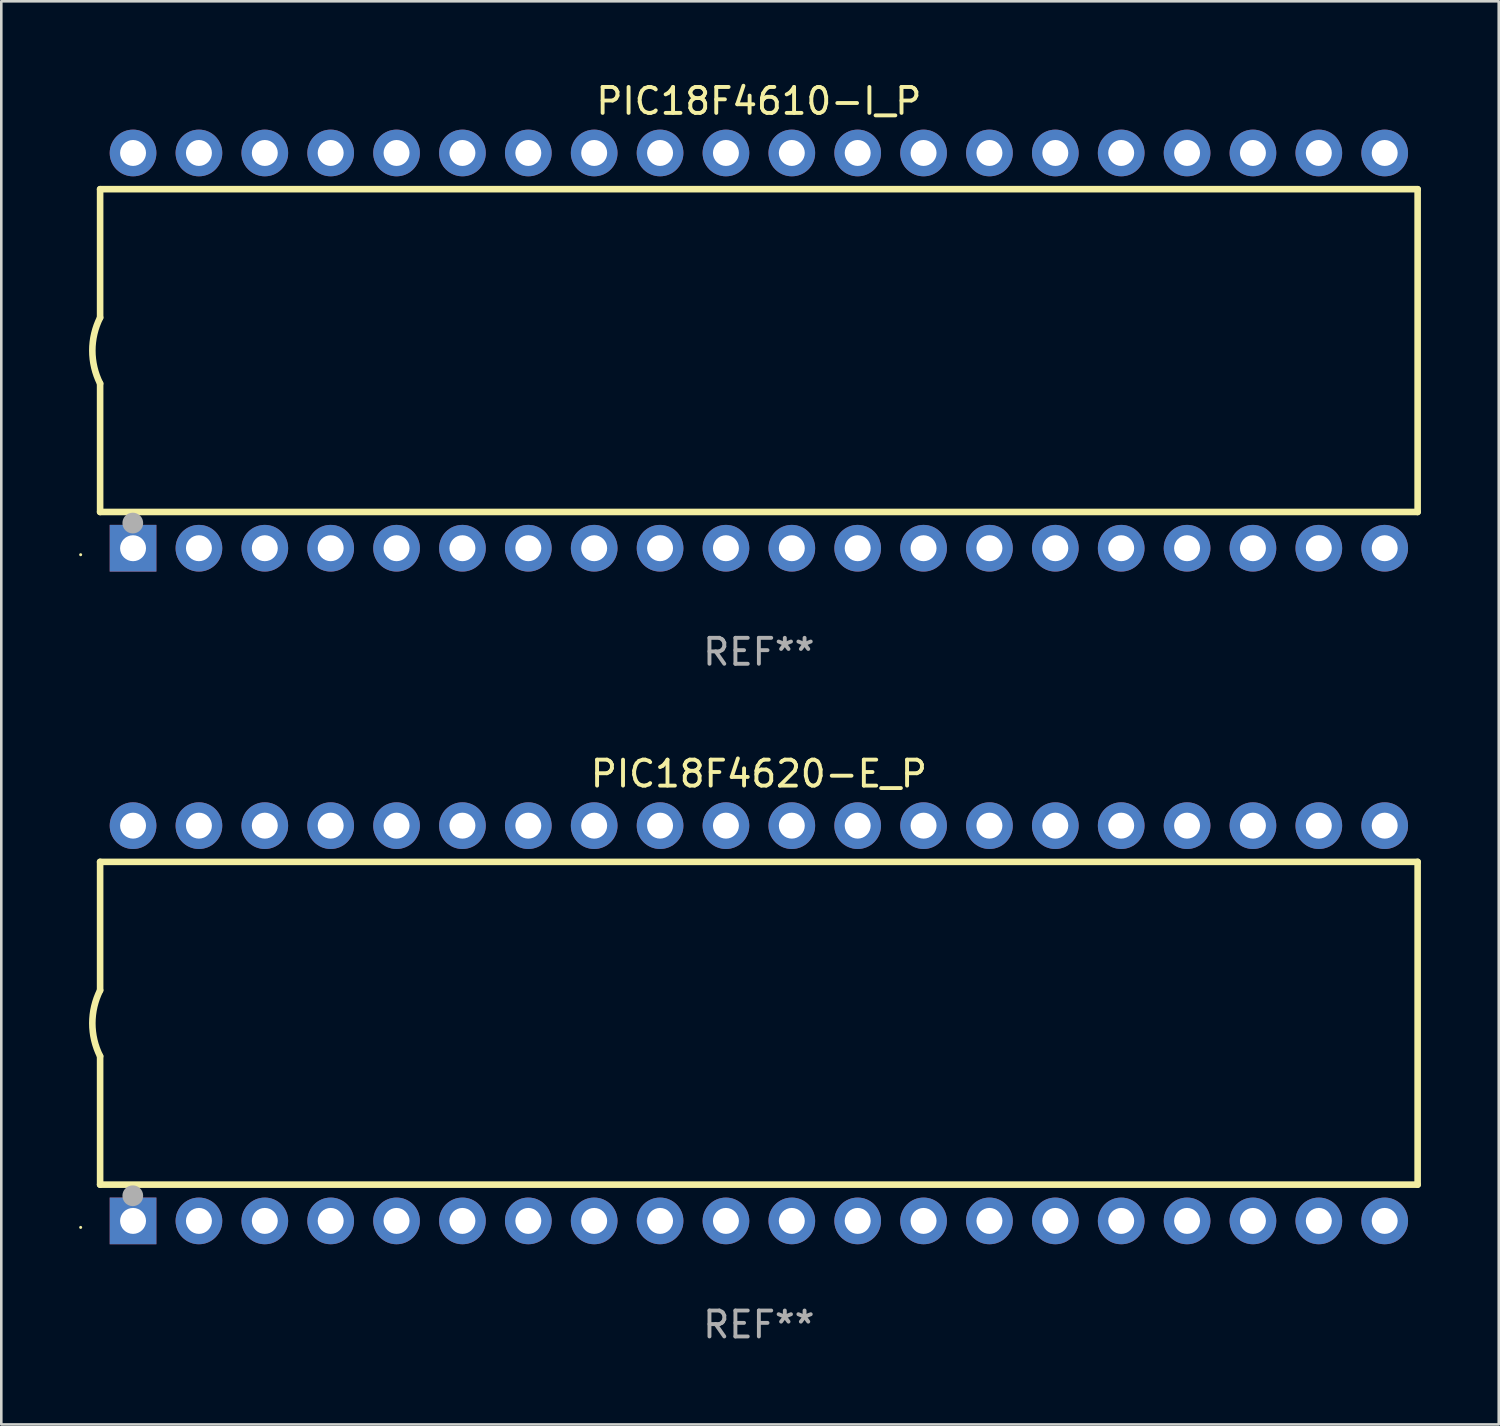
<source format=kicad_pcb>
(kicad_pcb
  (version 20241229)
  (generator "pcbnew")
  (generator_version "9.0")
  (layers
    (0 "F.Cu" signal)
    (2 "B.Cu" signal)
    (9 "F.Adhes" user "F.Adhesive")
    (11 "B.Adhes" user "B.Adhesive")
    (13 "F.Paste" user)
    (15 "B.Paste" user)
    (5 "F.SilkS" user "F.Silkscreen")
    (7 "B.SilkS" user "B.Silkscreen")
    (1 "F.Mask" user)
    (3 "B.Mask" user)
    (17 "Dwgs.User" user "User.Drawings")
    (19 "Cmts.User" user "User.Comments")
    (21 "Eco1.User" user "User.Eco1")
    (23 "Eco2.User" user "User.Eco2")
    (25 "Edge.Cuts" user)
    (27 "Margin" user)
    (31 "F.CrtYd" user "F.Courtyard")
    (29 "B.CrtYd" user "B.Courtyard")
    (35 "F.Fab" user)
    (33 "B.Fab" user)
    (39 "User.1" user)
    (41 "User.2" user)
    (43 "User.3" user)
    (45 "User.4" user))
  (footprint "PIC18F4620-E_P"
    (layer "F.Cu")
    (at 26.21 36.405)
    (property "Reference" "PIC18F4620-E_P" (at 0 -9.62 0) (layer "F.SilkS") (effects (font (size 1 1) (thickness 0.15))))
    (attr through_hole)
    (fp_line (start -25.4 -6.224) (end -25.4 -1.271) (stroke (width 0.254) (type solid)) (layer "F.SilkS"))
    (fp_line (start -25.4 -6.224) (end 25.4 -6.224) (stroke (width 0.254) (type solid)) (layer "F.SilkS"))
    (fp_line (start -25.4 1.269) (end -25.4 6.222) (stroke (width 0.254) (type solid)) (layer "F.SilkS"))
    (fp_line (start -25.4 6.222) (end 25.4 6.222) (stroke (width 0.254) (type solid)) (layer "F.SilkS"))
    (fp_line (start 25.4 6.222) (end 25.4 -6.224) (stroke (width 0.254) (type solid)) (layer "F.SilkS"))
    (fp_arc (start -25.4 1.269241) (mid -25.699807 -0.000762) (end -25.4 -1.270765) (stroke (width 0.254001) (type solid)) (layer "F.SilkS"))
    (fp_circle (center -26.15 7.87) (end -26.12 7.87) (stroke (width 0.06) (type solid)) (fill no) (layer "F.SilkS"))
    (fp_circle (center -24.14 6.65) (end -23.94 6.65) (stroke (width 0.4) (type solid)) (fill no) (layer "F.Fab"))
    (fp_text user "REF**" (at 0 11.62 0) (layer "F.Fab") (effects (font (size 1 1) (thickness 0.15))))
    (pad "1" thru_hole rect (at -24.13 7.62 90) (size 1.8 1.8) (drill 1) (layers "*.Cu" "*.Mask"))
    (pad "2" thru_hole circle (at -21.59 7.62) (size 1.8 1.8) (drill 1) (layers "*.Cu" "*.Mask"))
    (pad "3" thru_hole circle (at -19.05 7.62) (size 1.8 1.8) (drill 1) (layers "*.Cu" "*.Mask"))
    (pad "4" thru_hole circle (at -16.51 7.62) (size 1.8 1.8) (drill 1) (layers "*.Cu" "*.Mask"))
    (pad "5" thru_hole circle (at -13.97 7.62) (size 1.8 1.8) (drill 1) (layers "*.Cu" "*.Mask"))
    (pad "6" thru_hole circle (at -11.43 7.62) (size 1.8 1.8) (drill 1) (layers "*.Cu" "*.Mask"))
    (pad "7" thru_hole circle (at -8.89 7.62) (size 1.8 1.8) (drill 1) (layers "*.Cu" "*.Mask"))
    (pad "8" thru_hole circle (at -6.35 7.62) (size 1.8 1.8) (drill 1) (layers "*.Cu" "*.Mask"))
    (pad "9" thru_hole circle (at -3.81 7.62) (size 1.8 1.8) (drill 1) (layers "*.Cu" "*.Mask"))
    (pad "10" thru_hole circle (at -1.27 7.62) (size 1.8 1.8) (drill 1) (layers "*.Cu" "*.Mask"))
    (pad "11" thru_hole circle (at 1.27 7.62) (size 1.8 1.8) (drill 1) (layers "*.Cu" "*.Mask"))
    (pad "12" thru_hole circle (at 3.81 7.62) (size 1.8 1.8) (drill 1) (layers "*.Cu" "*.Mask"))
    (pad "13" thru_hole circle (at 6.35 7.62) (size 1.8 1.8) (drill 1) (layers "*.Cu" "*.Mask"))
    (pad "14" thru_hole circle (at 8.89 7.62) (size 1.8 1.8) (drill 1) (layers "*.Cu" "*.Mask"))
    (pad "15" thru_hole circle (at 11.43 7.62) (size 1.8 1.8) (drill 1) (layers "*.Cu" "*.Mask"))
    (pad "16" thru_hole circle (at 13.97 7.62) (size 1.8 1.8) (drill 1) (layers "*.Cu" "*.Mask"))
    (pad "17" thru_hole circle (at 16.51 7.62) (size 1.8 1.8) (drill 1) (layers "*.Cu" "*.Mask"))
    (pad "18" thru_hole circle (at 19.05 7.62) (size 1.8 1.8) (drill 1) (layers "*.Cu" "*.Mask"))
    (pad "19" thru_hole circle (at 21.59 7.62) (size 1.8 1.8) (drill 1) (layers "*.Cu" "*.Mask"))
    (pad "20" thru_hole circle (at 24.13 7.62) (size 1.8 1.8) (drill 1) (layers "*.Cu" "*.Mask"))
    (pad "21" thru_hole circle (at 24.13 -7.62) (size 1.8 1.8) (drill 1) (layers "*.Cu" "*.Mask"))
    (pad "22" thru_hole circle (at 21.59 -7.62) (size 1.8 1.8) (drill 1) (layers "*.Cu" "*.Mask"))
    (pad "23" thru_hole circle (at 19.05 -7.62) (size 1.8 1.8) (drill 1) (layers "*.Cu" "*.Mask"))
    (pad "24" thru_hole circle (at 16.51 -7.62) (size 1.8 1.8) (drill 1) (layers "*.Cu" "*.Mask"))
    (pad "25" thru_hole circle (at 13.97 -7.62) (size 1.8 1.8) (drill 1) (layers "*.Cu" "*.Mask"))
    (pad "26" thru_hole circle (at 11.43 -7.62) (size 1.8 1.8) (drill 1) (layers "*.Cu" "*.Mask"))
    (pad "27" thru_hole circle (at 8.89 -7.62) (size 1.8 1.8) (drill 1) (layers "*.Cu" "*.Mask"))
    (pad "28" thru_hole circle (at 6.35 -7.62) (size 1.8 1.8) (drill 1) (layers "*.Cu" "*.Mask"))
    (pad "29" thru_hole circle (at 3.81 -7.62) (size 1.8 1.8) (drill 1) (layers "*.Cu" "*.Mask"))
    (pad "30" thru_hole circle (at 1.27 -7.62) (size 1.8 1.8) (drill 1) (layers "*.Cu" "*.Mask"))
    (pad "31" thru_hole circle (at -1.27 -7.62) (size 1.8 1.8) (drill 1) (layers "*.Cu" "*.Mask"))
    (pad "32" thru_hole circle (at -3.81 -7.62) (size 1.8 1.8) (drill 1) (layers "*.Cu" "*.Mask"))
    (pad "33" thru_hole circle (at -6.35 -7.62) (size 1.8 1.8) (drill 1) (layers "*.Cu" "*.Mask"))
    (pad "34" thru_hole circle (at -8.89 -7.62) (size 1.8 1.8) (drill 1) (layers "*.Cu" "*.Mask"))
    (pad "35" thru_hole circle (at -11.43 -7.62) (size 1.8 1.8) (drill 1) (layers "*.Cu" "*.Mask"))
    (pad "36" thru_hole circle (at -13.97 -7.62) (size 1.8 1.8) (drill 1) (layers "*.Cu" "*.Mask"))
    (pad "37" thru_hole circle (at -16.51 -7.62) (size 1.8 1.8) (drill 1) (layers "*.Cu" "*.Mask"))
    (pad "38" thru_hole circle (at -19.05 -7.62) (size 1.8 1.8) (drill 1) (layers "*.Cu" "*.Mask"))
    (pad "39" thru_hole circle (at -21.59 -7.62) (size 1.8 1.8) (drill 1) (layers "*.Cu" "*.Mask"))
    (pad "40" thru_hole circle (at -24.13 -7.62) (size 1.8 1.8) (drill 1) (layers "*.Cu" "*.Mask")))
  (footprint "PIC18F4610-I_P"
    (layer "F.Cu")
    (at 26.21 10.468)
    (property "Reference" "PIC18F4610-I_P" (at 0 -9.62 0) (layer "F.SilkS") (effects (font (size 1 1) (thickness 0.15))))
    (attr through_hole)
    (fp_line (start -25.4 -6.224) (end -25.4 -1.271) (stroke (width 0.254) (type solid)) (layer "F.SilkS"))
    (fp_line (start -25.4 -6.224) (end 25.4 -6.224) (stroke (width 0.254) (type solid)) (layer "F.SilkS"))
    (fp_line (start -25.4 1.269) (end -25.4 6.222) (stroke (width 0.254) (type solid)) (layer "F.SilkS"))
    (fp_line (start -25.4 6.222) (end 25.4 6.222) (stroke (width 0.254) (type solid)) (layer "F.SilkS"))
    (fp_line (start 25.4 6.222) (end 25.4 -6.224) (stroke (width 0.254) (type solid)) (layer "F.SilkS"))
    (fp_arc (start -25.4 1.269241) (mid -25.699807 -0.000762) (end -25.4 -1.270765) (stroke (width 0.254001) (type solid)) (layer "F.SilkS"))
    (fp_circle (center -26.15 7.87) (end -26.12 7.87) (stroke (width 0.06) (type solid)) (fill no) (layer "F.SilkS"))
    (fp_circle (center -24.14 6.65) (end -23.94 6.65) (stroke (width 0.4) (type solid)) (fill no) (layer "F.Fab"))
    (fp_text user "REF**" (at 0 11.62 0) (layer "F.Fab") (effects (font (size 1 1) (thickness 0.15))))
    (pad "1" thru_hole rect (at -24.13 7.62 90) (size 1.8 1.8) (drill 1) (layers "*.Cu" "*.Mask"))
    (pad "2" thru_hole circle (at -21.59 7.62) (size 1.8 1.8) (drill 1) (layers "*.Cu" "*.Mask"))
    (pad "3" thru_hole circle (at -19.05 7.62) (size 1.8 1.8) (drill 1) (layers "*.Cu" "*.Mask"))
    (pad "4" thru_hole circle (at -16.51 7.62) (size 1.8 1.8) (drill 1) (layers "*.Cu" "*.Mask"))
    (pad "5" thru_hole circle (at -13.97 7.62) (size 1.8 1.8) (drill 1) (layers "*.Cu" "*.Mask"))
    (pad "6" thru_hole circle (at -11.43 7.62) (size 1.8 1.8) (drill 1) (layers "*.Cu" "*.Mask"))
    (pad "7" thru_hole circle (at -8.89 7.62) (size 1.8 1.8) (drill 1) (layers "*.Cu" "*.Mask"))
    (pad "8" thru_hole circle (at -6.35 7.62) (size 1.8 1.8) (drill 1) (layers "*.Cu" "*.Mask"))
    (pad "9" thru_hole circle (at -3.81 7.62) (size 1.8 1.8) (drill 1) (layers "*.Cu" "*.Mask"))
    (pad "10" thru_hole circle (at -1.27 7.62) (size 1.8 1.8) (drill 1) (layers "*.Cu" "*.Mask"))
    (pad "11" thru_hole circle (at 1.27 7.62) (size 1.8 1.8) (drill 1) (layers "*.Cu" "*.Mask"))
    (pad "12" thru_hole circle (at 3.81 7.62) (size 1.8 1.8) (drill 1) (layers "*.Cu" "*.Mask"))
    (pad "13" thru_hole circle (at 6.35 7.62) (size 1.8 1.8) (drill 1) (layers "*.Cu" "*.Mask"))
    (pad "14" thru_hole circle (at 8.89 7.62) (size 1.8 1.8) (drill 1) (layers "*.Cu" "*.Mask"))
    (pad "15" thru_hole circle (at 11.43 7.62) (size 1.8 1.8) (drill 1) (layers "*.Cu" "*.Mask"))
    (pad "16" thru_hole circle (at 13.97 7.62) (size 1.8 1.8) (drill 1) (layers "*.Cu" "*.Mask"))
    (pad "17" thru_hole circle (at 16.51 7.62) (size 1.8 1.8) (drill 1) (layers "*.Cu" "*.Mask"))
    (pad "18" thru_hole circle (at 19.05 7.62) (size 1.8 1.8) (drill 1) (layers "*.Cu" "*.Mask"))
    (pad "19" thru_hole circle (at 21.59 7.62) (size 1.8 1.8) (drill 1) (layers "*.Cu" "*.Mask"))
    (pad "20" thru_hole circle (at 24.13 7.62) (size 1.8 1.8) (drill 1) (layers "*.Cu" "*.Mask"))
    (pad "21" thru_hole circle (at 24.13 -7.62) (size 1.8 1.8) (drill 1) (layers "*.Cu" "*.Mask"))
    (pad "22" thru_hole circle (at 21.59 -7.62) (size 1.8 1.8) (drill 1) (layers "*.Cu" "*.Mask"))
    (pad "23" thru_hole circle (at 19.05 -7.62) (size 1.8 1.8) (drill 1) (layers "*.Cu" "*.Mask"))
    (pad "24" thru_hole circle (at 16.51 -7.62) (size 1.8 1.8) (drill 1) (layers "*.Cu" "*.Mask"))
    (pad "25" thru_hole circle (at 13.97 -7.62) (size 1.8 1.8) (drill 1) (layers "*.Cu" "*.Mask"))
    (pad "26" thru_hole circle (at 11.43 -7.62) (size 1.8 1.8) (drill 1) (layers "*.Cu" "*.Mask"))
    (pad "27" thru_hole circle (at 8.89 -7.62) (size 1.8 1.8) (drill 1) (layers "*.Cu" "*.Mask"))
    (pad "28" thru_hole circle (at 6.35 -7.62) (size 1.8 1.8) (drill 1) (layers "*.Cu" "*.Mask"))
    (pad "29" thru_hole circle (at 3.81 -7.62) (size 1.8 1.8) (drill 1) (layers "*.Cu" "*.Mask"))
    (pad "30" thru_hole circle (at 1.27 -7.62) (size 1.8 1.8) (drill 1) (layers "*.Cu" "*.Mask"))
    (pad "31" thru_hole circle (at -1.27 -7.62) (size 1.8 1.8) (drill 1) (layers "*.Cu" "*.Mask"))
    (pad "32" thru_hole circle (at -3.81 -7.62) (size 1.8 1.8) (drill 1) (layers "*.Cu" "*.Mask"))
    (pad "33" thru_hole circle (at -6.35 -7.62) (size 1.8 1.8) (drill 1) (layers "*.Cu" "*.Mask"))
    (pad "34" thru_hole circle (at -8.89 -7.62) (size 1.8 1.8) (drill 1) (layers "*.Cu" "*.Mask"))
    (pad "35" thru_hole circle (at -11.43 -7.62) (size 1.8 1.8) (drill 1) (layers "*.Cu" "*.Mask"))
    (pad "36" thru_hole circle (at -13.97 -7.62) (size 1.8 1.8) (drill 1) (layers "*.Cu" "*.Mask"))
    (pad "37" thru_hole circle (at -16.51 -7.62) (size 1.8 1.8) (drill 1) (layers "*.Cu" "*.Mask"))
    (pad "38" thru_hole circle (at -19.05 -7.62) (size 1.8 1.8) (drill 1) (layers "*.Cu" "*.Mask"))
    (pad "39" thru_hole circle (at -21.59 -7.62) (size 1.8 1.8) (drill 1) (layers "*.Cu" "*.Mask"))
    (pad "40" thru_hole circle (at -24.13 -7.62) (size 1.8 1.8) (drill 1) (layers "*.Cu" "*.Mask")))
  (gr_rect
    (start -3 -3)
    (end 54.737 51.873)
    (stroke (width 0.1) (type default))
    (fill no)
    (layer "Edge.Cuts")))
</source>
